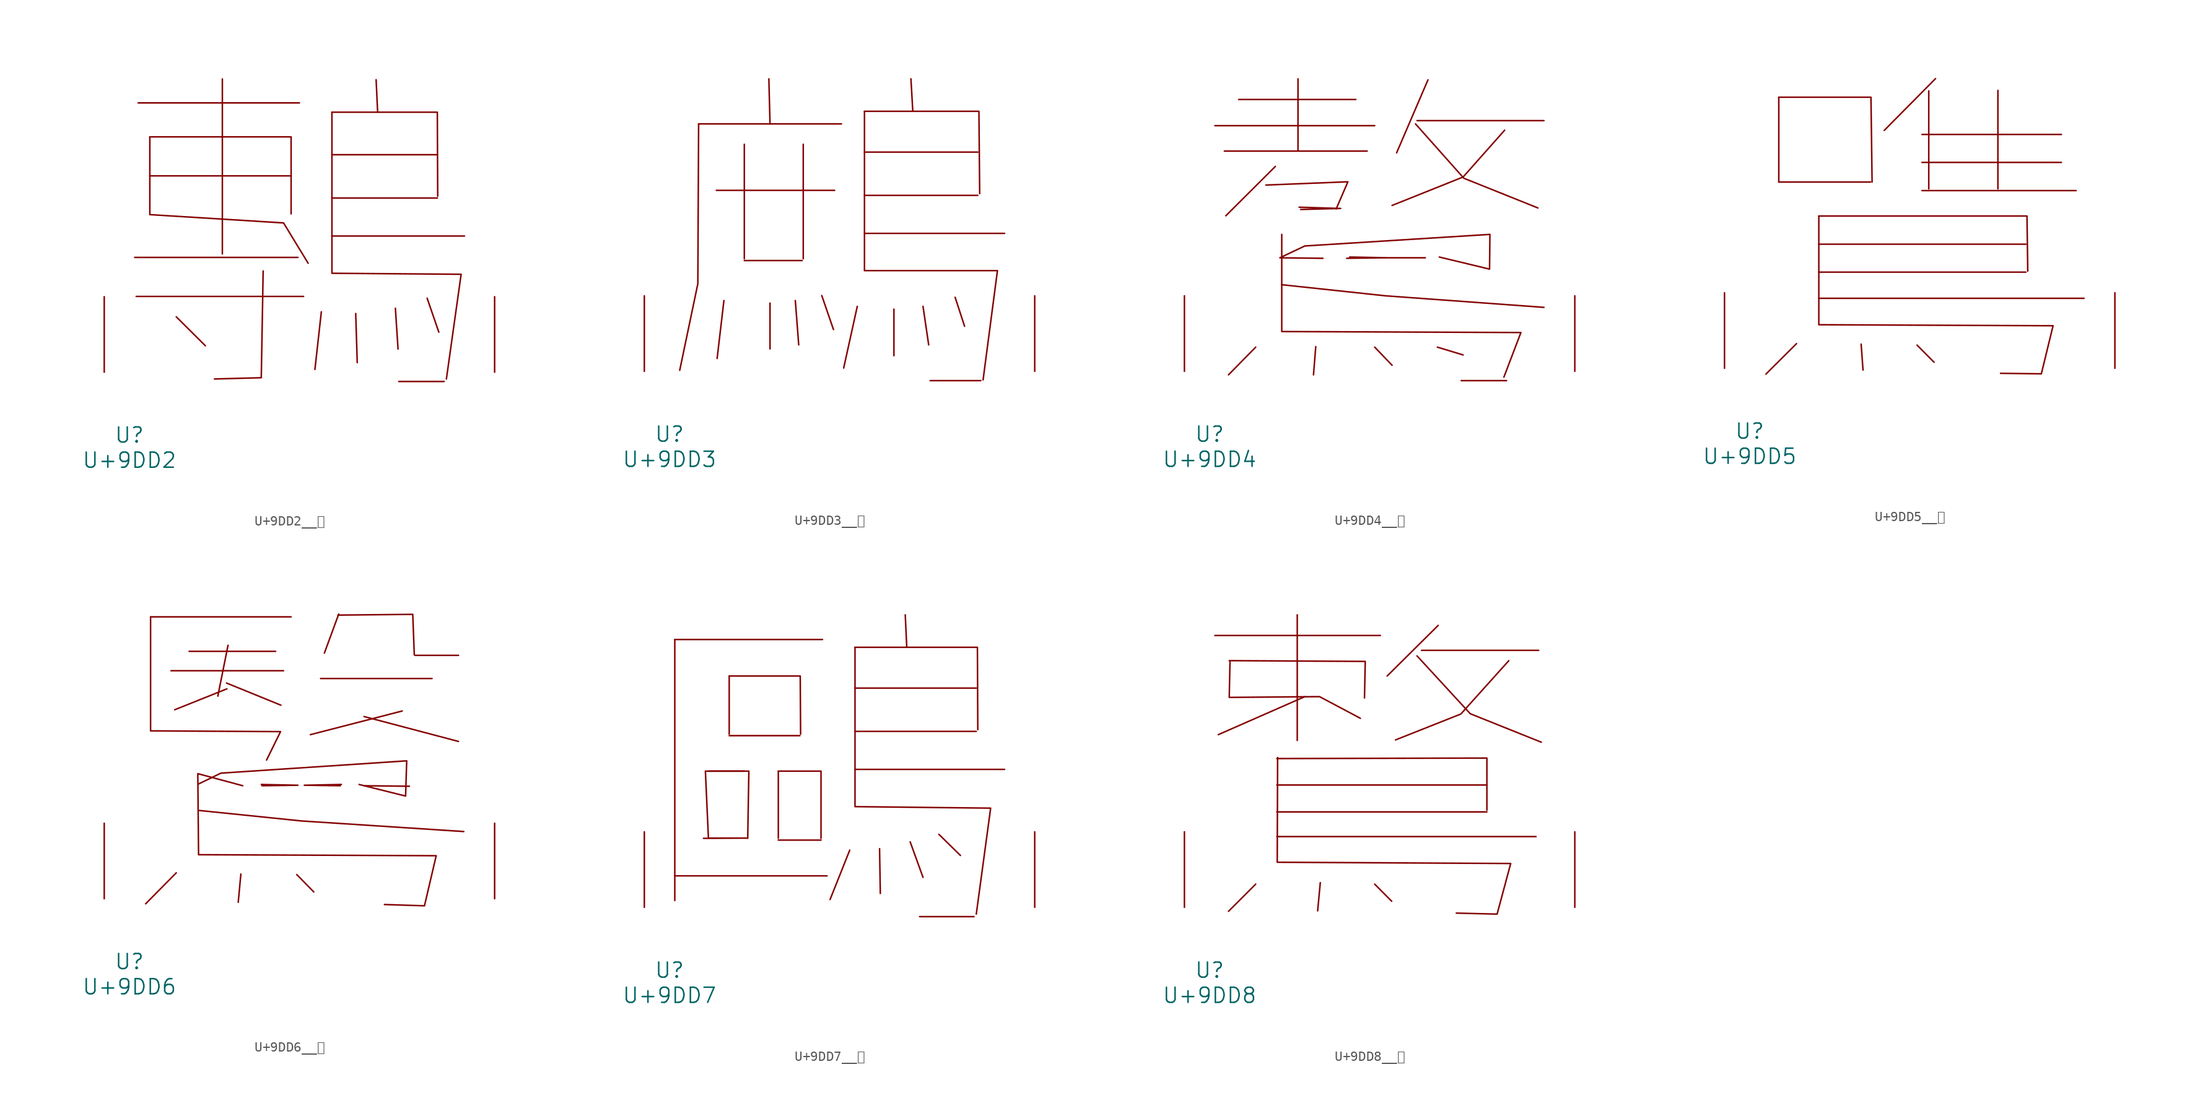
<source format=kicad_sym>
(kicad_symbol_lib
  (version 20231120)
  (generator "kicad_symbol_editor")
  (generator_version "8.0")
  (symbol "U+9DD2__鷒"
    (pin_names
      (offset 1.016))
    (property "Reference" "U"
      (at 0 -6.35 0)
      (effects (font (size 1.524 1.524))))
    (property "Value" "U+9DD2"
      (at 0 -8.89 0)
      (effects (font (size 1.524 1.524))))
    (symbol "U+9DD2__鷒_0_1"
      (polyline (pts (xy 0.533 11.582) (xy 16.993 11.582)) (stroke (width 0) (type solid)) (fill (type none)))
      (polyline (pts (xy 0.686 7.645) (xy 17.564 7.645)) (stroke (width 0) (type solid)) (fill (type none)))
      (polyline (pts (xy 0.876 27.178) (xy 17.145 27.178)) (stroke (width 0) (type solid)) (fill (type none)))
      (polyline (pts (xy 2.057 19.812) (xy 16.307 19.812)) (stroke (width 0) (type solid)) (fill (type none)))
      (polyline (pts (xy 4.724 5.588) (xy 7.658 2.667)) (stroke (width 0) (type solid)) (fill (type none)))
      (polyline (pts (xy 9.373 29.591) (xy 9.373 11.938)) (stroke (width 0) (type solid)) (fill (type none)))
      (polyline (pts (xy 19.355 6.096) (xy 18.707 0.279)) (stroke (width 0) (type solid)) (fill (type none)))
      (polyline (pts (xy 20.422 13.741) (xy 33.795 13.741)) (stroke (width 0) (type solid)) (fill (type none)))
      (polyline (pts (xy 20.422 17.577) (xy 31.052 17.577)) (stroke (width 0) (type solid)) (fill (type none)))
      (polyline (pts (xy 20.422 21.946) (xy 31.052 21.946)) (stroke (width 0) (type solid)) (fill (type none)))
      (polyline (pts (xy 22.822 5.918) (xy 22.974 0.965)) (stroke (width 0) (type solid)) (fill (type none)))
      (polyline (pts (xy 24.879 29.515) (xy 25.032 26.238)) (stroke (width 0) (type solid)) (fill (type none)))
      (polyline (pts (xy 26.822 6.452) (xy 27.089 2.337)) (stroke (width 0) (type solid)) (fill (type none)))
      (polyline (pts (xy 27.165 -0.94) (xy 31.737 -0.94)) (stroke (width 0) (type solid)) (fill (type none)))
      (polyline (pts (xy 30.023 7.468) (xy 31.204 4.039)) (stroke (width 0) (type solid)) (fill (type none)))
      (polyline (pts (xy 2.057 23.749) (xy 16.307 23.749) (xy 16.307 15.977)) (stroke (width 0) (type solid)) (fill (type none)))
      (polyline (pts (xy 13.487 10.211) (xy 13.297 -0.559) (xy 8.572 -0.686)) (stroke (width 0) (type solid)) (fill (type none)))
      (polyline (pts (xy 20.422 26.238) (xy 31.052 26.238) (xy 31.09 17.755)) (stroke (width 0) (type solid)) (fill (type none)))
      (polyline (pts (xy 2.057 23.749) (xy 2.057 15.9) (xy 15.545 15.062) (xy 18.021 10.998)) (stroke (width 0) (type solid)) (fill (type none)))
      (polyline (pts (xy 20.422 26.238) (xy 20.422 9.982) (xy 33.452 9.881) (xy 31.966 -0.686)) (stroke (width 0) (type solid)) (fill (type none)))
      (pin input line (at -2.54 0 90) (length 7.62) (name "~" (effects (font (size 1.27 1.27)))) (number "~" (effects (font (size 1.27 1.27)))))
      (pin input line (at 36.83 0 90) (length 7.62) (name "~" (effects (font (size 1.27 1.27)))) (number "~" (effects (font (size 1.27 1.27)))))))
  (symbol "U+9DD3__鷓"
    (pin_names
      (offset 1.016))
    (property "Reference" "U"
      (at 0 -6.35 0)
      (effects (font (size 1.524 1.524))))
    (property "Value" "U+9DD3"
      (at 0 -8.89 0)
      (effects (font (size 1.524 1.524))))
    (symbol "U+9DD3__鷓_0_1"
      (polyline (pts (xy 2.934 24.968) (xy 17.335 24.968)) (stroke (width 0) (type solid)) (fill (type none)))
      (polyline (pts (xy 4.724 18.263) (xy 16.65 18.263)) (stroke (width 0) (type solid)) (fill (type none)))
      (polyline (pts (xy 5.486 7.137) (xy 4.801 1.295)) (stroke (width 0) (type solid)) (fill (type none)))
      (polyline (pts (xy 7.544 11.176) (xy 13.373 11.176)) (stroke (width 0) (type solid)) (fill (type none)))
      (polyline (pts (xy 7.544 22.911) (xy 7.544 11.354)) (stroke (width 0) (type solid)) (fill (type none)))
      (polyline (pts (xy 10.02 29.515) (xy 10.135 24.968)) (stroke (width 0) (type solid)) (fill (type none)))
      (polyline (pts (xy 10.135 6.883) (xy 10.135 2.261)) (stroke (width 0) (type solid)) (fill (type none)))
      (polyline (pts (xy 12.687 7.137) (xy 13.03 2.667)) (stroke (width 0) (type solid)) (fill (type none)))
      (polyline (pts (xy 13.487 22.911) (xy 13.487 11.354)) (stroke (width 0) (type solid)) (fill (type none)))
      (polyline (pts (xy 15.354 7.645) (xy 16.535 4.216)) (stroke (width 0) (type solid)) (fill (type none)))
      (polyline (pts (xy 18.936 6.553) (xy 17.564 0.33)) (stroke (width 0) (type solid)) (fill (type none)))
      (polyline (pts (xy 19.66 13.919) (xy 33.795 13.919)) (stroke (width 0) (type solid)) (fill (type none)))
      (polyline (pts (xy 19.66 17.755) (xy 31.09 17.755)) (stroke (width 0) (type solid)) (fill (type none)))
      (polyline (pts (xy 19.66 22.123) (xy 31.09 22.123)) (stroke (width 0) (type solid)) (fill (type none)))
      (polyline (pts (xy 22.631 6.274) (xy 22.631 1.575)) (stroke (width 0) (type solid)) (fill (type none)))
      (polyline (pts (xy 24.346 29.515) (xy 24.536 26.238)) (stroke (width 0) (type solid)) (fill (type none)))
      (polyline (pts (xy 25.565 6.553) (xy 26.137 2.667)) (stroke (width 0) (type solid)) (fill (type none)))
      (polyline (pts (xy 26.289 -0.94) (xy 31.394 -0.94)) (stroke (width 0) (type solid)) (fill (type none)))
      (polyline (pts (xy 28.804 7.468) (xy 29.756 4.547)) (stroke (width 0) (type solid)) (fill (type none)))
      (polyline (pts (xy 2.934 24.968) (xy 2.857 8.839) (xy 1.029 0.102)) (stroke (width 0) (type solid)) (fill (type none)))
      (polyline (pts (xy 19.66 26.238) (xy 31.204 26.238) (xy 31.28 17.932)) (stroke (width 0) (type solid)) (fill (type none)))
      (polyline (pts (xy 19.66 26.238) (xy 19.66 10.16) (xy 33.071 10.16) (xy 31.623 -0.864)) (stroke (width 0) (type solid)) (fill (type none)))
      (pin input line (at -2.54 0 90) (length 7.62) (name "~" (effects (font (size 1.27 1.27)))) (number "~" (effects (font (size 1.27 1.27)))))
      (pin input line (at 36.83 0 90) (length 7.62) (name "~" (effects (font (size 1.27 1.27)))) (number "~" (effects (font (size 1.27 1.27)))))))
  (symbol "U+9DD4__鷔"
    (pin_names
      (offset 1.016))
    (property "Reference" "U"
      (at 0 -6.35 0)
      (effects (font (size 1.524 1.524))))
    (property "Value" "U+9DD4"
      (at 0 -8.89 0)
      (effects (font (size 1.524 1.524))))
    (symbol "U+9DD4__鷔_0_1"
      (polyline (pts (xy 0.533 24.79) (xy 16.65 24.79)) (stroke (width 0) (type solid)) (fill (type none)))
      (polyline (pts (xy 1.486 22.225) (xy 15.888 22.225)) (stroke (width 0) (type solid)) (fill (type none)))
      (polyline (pts (xy 2.934 27.432) (xy 14.745 27.432)) (stroke (width 0) (type solid)) (fill (type none)))
      (polyline (pts (xy 4.648 2.438) (xy 1.905 -0.356)) (stroke (width 0) (type solid)) (fill (type none)))
      (polyline (pts (xy 6.629 20.676) (xy 1.638 15.697)) (stroke (width 0) (type solid)) (fill (type none)))
      (polyline (pts (xy 8.915 29.515) (xy 8.915 22.327)) (stroke (width 0) (type solid)) (fill (type none)))
      (polyline (pts (xy 10.706 2.489) (xy 10.477 -0.356)) (stroke (width 0) (type solid)) (fill (type none)))
      (polyline (pts (xy 16.65 2.438) (xy 18.402 0.61)) (stroke (width 0) (type solid)) (fill (type none)))
      (polyline (pts (xy 20.917 25.298) (xy 33.718 25.298)) (stroke (width 0) (type solid)) (fill (type none)))
      (polyline (pts (xy 22.022 29.413) (xy 18.86 22.047)) (stroke (width 0) (type solid)) (fill (type none)))
      (polyline (pts (xy 22.974 2.438) (xy 25.565 1.651)) (stroke (width 0) (type solid)) (fill (type none)))
      (polyline (pts (xy 25.375 -0.94) (xy 29.947 -0.94)) (stroke (width 0) (type solid)) (fill (type none)))
      (polyline (pts (xy 5.677 18.796) (xy 13.945 19.126) (xy 12.764 16.383)) (stroke (width 0) (type solid)) (fill (type none)))
      (polyline (pts (xy 7.277 8.738) (xy 17.716 7.62) (xy 33.718 6.452)) (stroke (width 0) (type solid)) (fill (type none)))
      (polyline (pts (xy 9.182 16.332) (xy 13.221 16.434) (xy 9.03 16.561)) (stroke (width 0) (type solid)) (fill (type none)))
      (polyline (pts (xy 20.765 24.968) (xy 25.641 19.482) (xy 33.109 16.485)) (stroke (width 0) (type solid)) (fill (type none)))
      (polyline (pts (xy 29.756 24.333) (xy 25.565 19.609) (xy 18.402 16.739)) (stroke (width 0) (type solid)) (fill (type none)))
      (polyline (pts (xy 7.277 13.818) (xy 7.277 4.013) (xy 31.394 3.912) (xy 29.68 -0.584)) (stroke (width 0) (type solid)) (fill (type none)))
      (polyline (pts (xy 13.83 11.405) (xy 17.564 11.455) (xy 21.755 11.455) (xy 18.136 11.455) (xy 14.135 11.532)) (stroke (width 0) (type solid)) (fill (type none)))
      (polyline (pts (xy 11.43 11.405) (xy 7.087 11.455) (xy 9.601 12.649) (xy 28.27 13.818) (xy 28.232 10.312) (xy 23.165 11.532)) (stroke (width 0) (type solid)) (fill (type none)))
      (pin input line (at -2.54 0 90) (length 7.62) (name "~" (effects (font (size 1.27 1.27)))) (number "~" (effects (font (size 1.27 1.27)))))
      (pin input line (at 36.83 0 90) (length 7.62) (name "~" (effects (font (size 1.27 1.27)))) (number "~" (effects (font (size 1.27 1.27)))))))
  (symbol "U+9DD5__鷕"
    (pin_names
      (offset 1.016))
    (property "Reference" "U"
      (at 0 -6.35 0)
      (effects (font (size 1.524 1.524))))
    (property "Value" "U+9DD5"
      (at 0 -8.89 0)
      (effects (font (size 1.524 1.524))))
    (symbol "U+9DD5__鷕_0_1"
      (polyline (pts (xy 2.934 18.796) (xy 12.192 18.796)) (stroke (width 0) (type solid)) (fill (type none)))
      (polyline (pts (xy 2.934 27.356) (xy 2.934 18.796)) (stroke (width 0) (type solid)) (fill (type none)))
      (polyline (pts (xy 4.724 2.489) (xy 1.638 -0.584)) (stroke (width 0) (type solid)) (fill (type none)))
      (polyline (pts (xy 6.972 7.061) (xy 33.718 7.061)) (stroke (width 0) (type solid)) (fill (type none)))
      (polyline (pts (xy 6.972 9.703) (xy 27.851 9.703)) (stroke (width 0) (type solid)) (fill (type none)))
      (polyline (pts (xy 6.972 12.522) (xy 27.851 12.522)) (stroke (width 0) (type solid)) (fill (type none)))
      (polyline (pts (xy 11.239 2.438) (xy 11.43 -0.178)) (stroke (width 0) (type solid)) (fill (type none)))
      (polyline (pts (xy 16.878 2.337) (xy 18.593 0.61)) (stroke (width 0) (type solid)) (fill (type none)))
      (polyline (pts (xy 17.374 17.932) (xy 32.918 17.932)) (stroke (width 0) (type solid)) (fill (type none)))
      (polyline (pts (xy 17.374 20.777) (xy 31.433 20.777)) (stroke (width 0) (type solid)) (fill (type none)))
      (polyline (pts (xy 17.374 23.597) (xy 31.433 23.597)) (stroke (width 0) (type solid)) (fill (type none)))
      (polyline (pts (xy 18.059 27.991) (xy 18.059 18.11)) (stroke (width 0) (type solid)) (fill (type none)))
      (polyline (pts (xy 18.745 29.235) (xy 13.564 24.003)) (stroke (width 0) (type solid)) (fill (type none)))
      (polyline (pts (xy 25.032 28.042) (xy 25.032 18.11)) (stroke (width 0) (type solid)) (fill (type none)))
      (polyline (pts (xy 2.934 27.356) (xy 12.23 27.356) (xy 12.344 18.796)) (stroke (width 0) (type solid)) (fill (type none)))
      (polyline (pts (xy 6.972 15.367) (xy 27.965 15.367) (xy 28.042 9.804)) (stroke (width 0) (type solid)) (fill (type none)))
      (polyline (pts (xy 6.972 15.367) (xy 6.972 4.394) (xy 30.594 4.293) (xy 29.413 -0.559) (xy 25.298 -0.508)) (stroke (width 0) (type solid)) (fill (type none)))
      (pin input line (at -2.54 0 90) (length 7.62) (name "~" (effects (font (size 1.27 1.27)))) (number "~" (effects (font (size 1.27 1.27)))))
      (pin input line (at 36.83 0 90) (length 7.62) (name "~" (effects (font (size 1.27 1.27)))) (number "~" (effects (font (size 1.27 1.27)))))))
  (symbol "U+9DD6__鷖"
    (pin_names
      (offset 1.016))
    (property "Reference" "U"
      (at 0 -6.35 0)
      (effects (font (size 1.524 1.524))))
    (property "Value" "U+9DD6"
      (at 0 -8.89 0)
      (effects (font (size 1.524 1.524))))
    (symbol "U+9DD6__鷖_0_1"
      (polyline (pts (xy 2.134 28.448) (xy 16.307 28.448)) (stroke (width 0) (type solid)) (fill (type none)))
      (polyline (pts (xy 4.191 23.012) (xy 15.545 23.012)) (stroke (width 0) (type solid)) (fill (type none)))
      (polyline (pts (xy 4.724 2.616) (xy 1.638 -0.508)) (stroke (width 0) (type solid)) (fill (type none)))
      (polyline (pts (xy 6.02 24.968) (xy 14.745 24.968)) (stroke (width 0) (type solid)) (fill (type none)))
      (polyline (pts (xy 9.792 21.768) (xy 15.278 19.533)) (stroke (width 0) (type solid)) (fill (type none)))
      (polyline (pts (xy 9.83 21.184) (xy 4.572 19.075)) (stroke (width 0) (type solid)) (fill (type none)))
      (polyline (pts (xy 9.944 25.578) (xy 8.915 20.447)) (stroke (width 0) (type solid)) (fill (type none)))
      (polyline (pts (xy 11.239 2.489) (xy 10.973 -0.356)) (stroke (width 0) (type solid)) (fill (type none)))
      (polyline (pts (xy 16.878 2.438) (xy 18.593 0.686)) (stroke (width 0) (type solid)) (fill (type none)))
      (polyline (pts (xy 19.279 22.225) (xy 30.518 22.225)) (stroke (width 0) (type solid)) (fill (type none)))
      (polyline (pts (xy 21.107 28.727) (xy 19.66 24.79)) (stroke (width 0) (type solid)) (fill (type none)))
      (polyline (pts (xy 23.66 11.405) (xy 28.232 11.354)) (stroke (width 0) (type solid)) (fill (type none)))
      (polyline (pts (xy 23.66 18.39) (xy 33.185 15.875)) (stroke (width 0) (type solid)) (fill (type none)))
      (polyline (pts (xy 27.508 18.948) (xy 18.25 16.561)) (stroke (width 0) (type solid)) (fill (type none)))
      (polyline (pts (xy 28.804 24.562) (xy 33.185 24.562)) (stroke (width 0) (type solid)) (fill (type none)))
      (polyline (pts (xy 6.972 8.915) (xy 17.374 7.849) (xy 33.718 6.782)) (stroke (width 0) (type solid)) (fill (type none)))
      (polyline (pts (xy 13.373 11.405) (xy 16.993 11.455) (xy 13.297 11.532)) (stroke (width 0) (type solid)) (fill (type none)))
      (polyline (pts (xy 21.031 28.626) (xy 28.575 28.702) (xy 28.727 24.613)) (stroke (width 0) (type solid)) (fill (type none)))
      (polyline (pts (xy 21.26 11.405) (xy 17.64 11.455) (xy 21.374 11.532)) (stroke (width 0) (type solid)) (fill (type none)))
      (polyline (pts (xy 2.134 28.448) (xy 2.134 16.942) (xy 15.24 16.866) (xy 13.83 13.995)) (stroke (width 0) (type solid)) (fill (type none)))
      (polyline (pts (xy 6.972 11.582) (xy 9.22 12.675) (xy 27.965 13.919) (xy 27.851 10.363) (xy 23.165 11.532)) (stroke (width 0) (type solid)) (fill (type none)))
      (polyline (pts (xy 11.43 11.405) (xy 6.896 12.624) (xy 6.972 4.445) (xy 30.937 4.343) (xy 29.756 -0.711) (xy 25.718 -0.584)) (stroke (width 0) (type solid)) (fill (type none)))
      (pin input line (at -2.54 0 90) (length 7.62) (name "~" (effects (font (size 1.27 1.27)))) (number "~" (effects (font (size 1.27 1.27)))))
      (pin input line (at 36.83 0 90) (length 7.62) (name "~" (effects (font (size 1.27 1.27)))) (number "~" (effects (font (size 1.27 1.27)))))))
  (symbol "U+9DD7__鷗"
    (pin_names
      (offset 1.016))
    (property "Reference" "U"
      (at 0 -6.35 0)
      (effects (font (size 1.524 1.524))))
    (property "Value" "U+9DD7"
      (at 0 -8.89 0)
      (effects (font (size 1.524 1.524))))
    (symbol "U+9DD7__鷗_0_1"
      (polyline (pts (xy 0.533 3.175) (xy 15.888 3.175)) (stroke (width 0) (type solid)) (fill (type none)))
      (polyline (pts (xy 0.533 27.026) (xy 0.533 0.686)) (stroke (width 0) (type solid)) (fill (type none)))
      (polyline (pts (xy 0.533 27.026) (xy 15.431 27.026)) (stroke (width 0) (type solid)) (fill (type none)))
      (polyline (pts (xy 6.02 17.323) (xy 13.145 17.323)) (stroke (width 0) (type solid)) (fill (type none)))
      (polyline (pts (xy 6.02 23.343) (xy 6.02 17.475)) (stroke (width 0) (type solid)) (fill (type none)))
      (polyline (pts (xy 10.973 6.782) (xy 15.278 6.782)) (stroke (width 0) (type solid)) (fill (type none)))
      (polyline (pts (xy 10.973 13.741) (xy 10.973 6.96)) (stroke (width 0) (type solid)) (fill (type none)))
      (polyline (pts (xy 18.174 5.766) (xy 16.192 0.787)) (stroke (width 0) (type solid)) (fill (type none)))
      (polyline (pts (xy 18.707 13.919) (xy 33.795 13.919)) (stroke (width 0) (type solid)) (fill (type none)))
      (polyline (pts (xy 18.707 17.755) (xy 30.937 17.755)) (stroke (width 0) (type solid)) (fill (type none)))
      (polyline (pts (xy 18.707 22.123) (xy 30.937 22.123)) (stroke (width 0) (type solid)) (fill (type none)))
      (polyline (pts (xy 21.184 5.918) (xy 21.26 1.397)) (stroke (width 0) (type solid)) (fill (type none)))
      (polyline (pts (xy 23.774 29.515) (xy 23.927 26.238)) (stroke (width 0) (type solid)) (fill (type none)))
      (polyline (pts (xy 24.27 6.604) (xy 25.565 3.023)) (stroke (width 0) (type solid)) (fill (type none)))
      (polyline (pts (xy 25.222 -0.94) (xy 30.709 -0.94)) (stroke (width 0) (type solid)) (fill (type none)))
      (polyline (pts (xy 27.165 7.366) (xy 29.337 5.232)) (stroke (width 0) (type solid)) (fill (type none)))
      (polyline (pts (xy 3.962 13.741) (xy 8.001 13.741) (xy 7.887 6.96)) (stroke (width 0) (type solid)) (fill (type none)))
      (polyline (pts (xy 6.02 23.343) (xy 13.183 23.343) (xy 13.221 17.475)) (stroke (width 0) (type solid)) (fill (type none)))
      (polyline (pts (xy 10.973 13.741) (xy 15.278 13.741) (xy 15.278 6.96)) (stroke (width 0) (type solid)) (fill (type none)))
      (polyline (pts (xy 18.707 26.238) (xy 31.052 26.238) (xy 31.09 17.932)) (stroke (width 0) (type solid)) (fill (type none)))
      (polyline (pts (xy 18.707 26.238) (xy 18.707 10.16) (xy 32.385 10.008) (xy 30.937 -0.686)) (stroke (width 0) (type solid)) (fill (type none)))
      (polyline (pts (xy 7.544 13.741) (xy 3.619 13.741) (xy 3.924 6.985) (xy 7.811 6.985) (xy 3.429 6.96)) (stroke (width 0) (type solid)) (fill (type none)))
      (pin input line (at -2.54 0 90) (length 7.62) (name "~" (effects (font (size 1.27 1.27)))) (number "~" (effects (font (size 1.27 1.27)))))
      (pin input line (at 36.83 0 90) (length 7.62) (name "~" (effects (font (size 1.27 1.27)))) (number "~" (effects (font (size 1.27 1.27)))))))
  (symbol "U+9DD8__鷘"
    (pin_names
      (offset 1.016))
    (property "Reference" "U"
      (at 0 -6.35 0)
      (effects (font (size 1.524 1.524))))
    (property "Value" "U+9DD8"
      (at 0 -8.89 0)
      (effects (font (size 1.524 1.524))))
    (symbol "U+9DD8__鷘_0_1"
      (polyline (pts (xy 0.533 27.432) (xy 17.221 27.432)) (stroke (width 0) (type solid)) (fill (type none)))
      (polyline (pts (xy 4.648 2.337) (xy 1.905 -0.406)) (stroke (width 0) (type solid)) (fill (type none)))
      (polyline (pts (xy 6.782 7.137) (xy 32.918 7.137)) (stroke (width 0) (type solid)) (fill (type none)))
      (polyline (pts (xy 6.782 9.627) (xy 27.965 9.627)) (stroke (width 0) (type solid)) (fill (type none)))
      (polyline (pts (xy 6.782 12.344) (xy 27.965 12.344)) (stroke (width 0) (type solid)) (fill (type none)))
      (polyline (pts (xy 8.839 29.515) (xy 8.839 16.84)) (stroke (width 0) (type solid)) (fill (type none)))
      (polyline (pts (xy 9.601 21.26) (xy 0.876 17.424)) (stroke (width 0) (type solid)) (fill (type none)))
      (polyline (pts (xy 11.163 2.489) (xy 10.897 -0.356)) (stroke (width 0) (type solid)) (fill (type none)))
      (polyline (pts (xy 16.65 2.337) (xy 18.364 0.61)) (stroke (width 0) (type solid)) (fill (type none)))
      (polyline (pts (xy 21.374 25.933) (xy 33.185 25.933)) (stroke (width 0) (type solid)) (fill (type none)))
      (polyline (pts (xy 23.05 28.448) (xy 17.907 23.343)) (stroke (width 0) (type solid)) (fill (type none)))
      (polyline (pts (xy 1.981 24.892) (xy 15.697 24.816) (xy 15.621 21.133)) (stroke (width 0) (type solid)) (fill (type none)))
      (polyline (pts (xy 6.782 15.011) (xy 27.965 15.062) (xy 27.965 9.804)) (stroke (width 0) (type solid)) (fill (type none)))
      (polyline (pts (xy 20.917 25.375) (xy 26.289 19.533) (xy 33.452 16.662)) (stroke (width 0) (type solid)) (fill (type none)))
      (polyline (pts (xy 30.175 24.892) (xy 25.337 19.507) (xy 18.745 16.891)) (stroke (width 0) (type solid)) (fill (type none)))
      (polyline (pts (xy 2.057 24.79) (xy 1.981 21.184) (xy 11.087 21.26) (xy 15.202 19.075)) (stroke (width 0) (type solid)) (fill (type none)))
      (polyline (pts (xy 6.858 15.113) (xy 6.82 4.547) (xy 30.366 4.42) (xy 28.994 -0.686) (xy 24.879 -0.584)) (stroke (width 0) (type solid)) (fill (type none)))
      (pin input line (at -2.54 0 90) (length 7.62) (name "~" (effects (font (size 1.27 1.27)))) (number "~" (effects (font (size 1.27 1.27)))))
      (pin input line (at 36.83 0 90) (length 7.62) (name "~" (effects (font (size 1.27 1.27)))) (number "~" (effects (font (size 1.27 1.27))))))))
</source>
